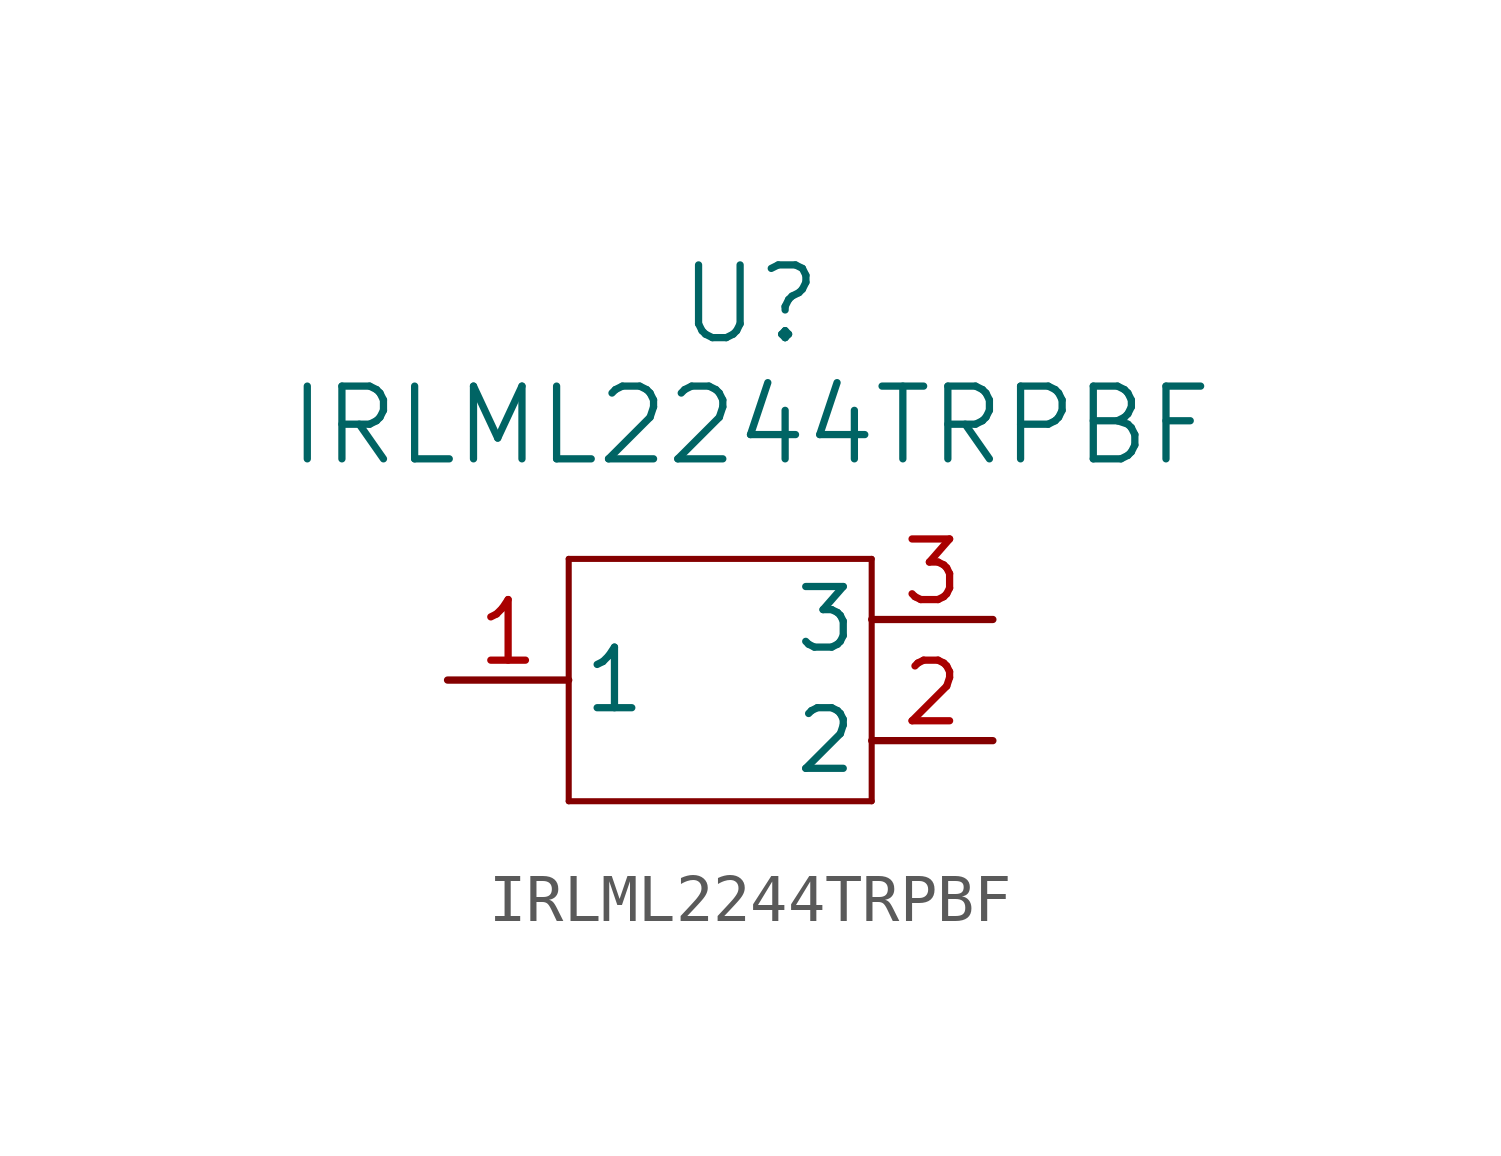
<source format=kicad_sym>
(kicad_symbol_lib
  (version 20241209)
  (generator "kicad_symbol_editor")
  (generator_version "9.0")
  (symbol "IRLML2244TRPBF"
    (pin_names
      (offset 0.254))
    (property "Reference" "U"
      (at 0 7.874 0)
      (effects (font (size 1.524 1.524))))
    (property "Value" "IRLML2244TRPBF"
      (at 0 5.334 0)
      (effects (font (size 1.524 1.524))))
    (property "ki_locked" ""
      (at 0 0 0)
      (effects (font (size 1.27 1.27))))
    (symbol "IRLML2244TRPBF_0_1"
      (polyline (pts (xy -3.81 2.54) (xy -3.81 -2.54)) (stroke (width 0.127) (type default)) (fill (type none)))
      (polyline (pts (xy -3.81 -2.54) (xy 2.54 -2.54)) (stroke (width 0.127) (type default)) (fill (type none)))
      (polyline (pts (xy 2.54 2.54) (xy -3.81 2.54)) (stroke (width 0.127) (type default)) (fill (type none)))
      (polyline (pts (xy 2.54 -2.54) (xy 2.54 2.54)) (stroke (width 0.127) (type default)) (fill (type none)))
      (pin unspecified line (at -6.35 0 0) (length 2.54) (name "1" (effects (font (size 1.27 1.27)))) (number "1" (effects (font (size 1.27 1.27)))))
      (pin unspecified line (at 5.08 1.27 180) (length 2.54) (name "3" (effects (font (size 1.27 1.27)))) (number "3" (effects (font (size 1.27 1.27)))))
      (pin unspecified line (at 5.08 -1.27 180) (length 2.54) (name "2" (effects (font (size 1.27 1.27)))) (number "2" (effects (font (size 1.27 1.27))))))))
</source>
